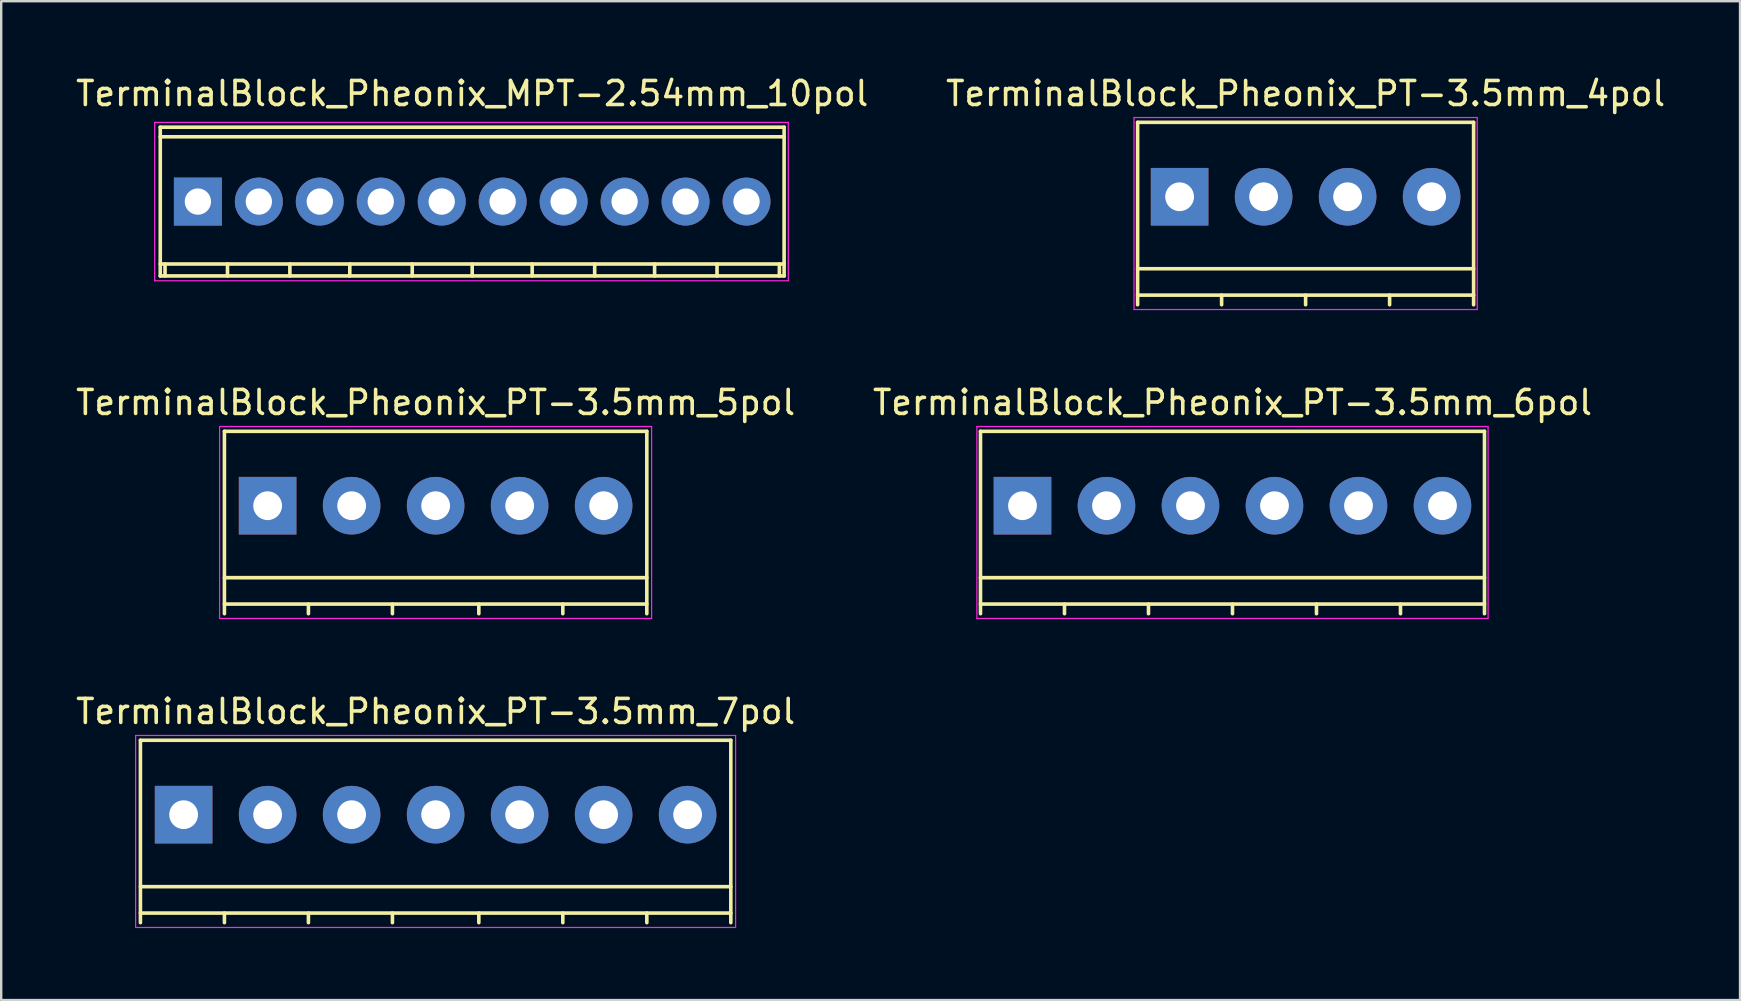
<source format=kicad_pcb>
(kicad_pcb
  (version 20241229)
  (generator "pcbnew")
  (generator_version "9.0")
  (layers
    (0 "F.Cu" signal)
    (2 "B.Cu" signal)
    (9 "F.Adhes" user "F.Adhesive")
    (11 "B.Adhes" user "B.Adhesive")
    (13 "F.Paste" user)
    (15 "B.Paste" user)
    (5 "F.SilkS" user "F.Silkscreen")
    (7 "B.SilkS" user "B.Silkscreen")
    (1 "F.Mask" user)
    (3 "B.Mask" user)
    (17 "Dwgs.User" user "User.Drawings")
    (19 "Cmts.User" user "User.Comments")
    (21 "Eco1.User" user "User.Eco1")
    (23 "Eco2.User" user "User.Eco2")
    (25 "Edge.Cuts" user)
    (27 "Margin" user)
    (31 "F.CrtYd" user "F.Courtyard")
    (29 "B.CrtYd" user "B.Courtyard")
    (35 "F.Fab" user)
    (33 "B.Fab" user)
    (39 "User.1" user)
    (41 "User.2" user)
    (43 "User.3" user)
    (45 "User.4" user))
  (footprint "TerminalBlock_Pheonix_PT-3.5mm_5pol"
    (layer "F.Cu")
    (at 8.101 18.021)
    (property "Reference" "TerminalBlock_Pheonix_PT-3.5mm_5pol" (at 7 -4.3 0) (layer "F.SilkS") (effects (font (size 1 1) (thickness 0.15))))
    (attr through_hole)
    (fp_line (start -1.8 -3.1) (end -1.8 4.5) (stroke (width 0.15) (type solid)) (layer "F.SilkS"))
    (fp_line (start -1.8 3) (end 15.8 3) (stroke (width 0.15) (type solid)) (layer "F.SilkS"))
    (fp_line (start -1.8 4.1) (end 15.8 4.1) (stroke (width 0.15) (type solid)) (layer "F.SilkS"))
    (fp_line (start 1.7 4.1) (end 1.7 4.5) (stroke (width 0.15) (type solid)) (layer "F.SilkS"))
    (fp_line (start 5.2 4.1) (end 5.2 4.5) (stroke (width 0.15) (type solid)) (layer "F.SilkS"))
    (fp_line (start 8.8 4.1) (end 8.8 4.5) (stroke (width 0.15) (type solid)) (layer "F.SilkS"))
    (fp_line (start 12.3 4.1) (end 12.3 4.5) (stroke (width 0.15) (type solid)) (layer "F.SilkS"))
    (fp_line (start 15.8 -3.1) (end -1.8 -3.1) (stroke (width 0.15) (type solid)) (layer "F.SilkS"))
    (fp_line (start 15.8 4.5) (end 15.8 -3.1) (stroke (width 0.15) (type solid)) (layer "F.SilkS"))
    (fp_line (start -2 -3.3) (end 16 -3.3) (stroke (width 0.05) (type solid)) (layer "F.CrtYd"))
    (fp_line (start -2 4.7) (end -2 -3.3) (stroke (width 0.05) (type solid)) (layer "F.CrtYd"))
    (fp_line (start 16 -3.3) (end 16 4.7) (stroke (width 0.05) (type solid)) (layer "F.CrtYd"))
    (fp_line (start 16 4.7) (end -2 4.7) (stroke (width 0.05) (type solid)) (layer "F.CrtYd"))
    (pad "1" thru_hole rect (at 0 0) (size 2.4 2.4) (drill 1.2) (layers "*.Cu" "*.Mask"))
    (pad "2" thru_hole circle (at 3.5 0) (size 2.4 2.4) (drill 1.2) (layers "*.Cu" "*.Mask"))
    (pad "3" thru_hole circle (at 7 0) (size 2.4 2.4) (drill 1.2) (layers "*.Cu" "*.Mask"))
    (pad "4" thru_hole circle (at 10.5 0) (size 2.4 2.4) (drill 1.2) (layers "*.Cu" "*.Mask"))
    (pad "5" thru_hole circle (at 14 0) (size 2.4 2.4) (drill 1.2) (layers "*.Cu" "*.Mask")))
  (footprint "TerminalBlock_Pheonix_PT-3.5mm_4pol"
    (layer "F.Cu")
    (at 46.101 5.148)
    (property "Reference" "TerminalBlock_Pheonix_PT-3.5mm_4pol" (at 5.25 -4.3 0) (layer "F.SilkS") (effects (font (size 1 1) (thickness 0.15))))
    (attr through_hole)
    (fp_line (start -1.75 -3.1) (end -1.75 4.5) (stroke (width 0.15) (type solid)) (layer "F.SilkS"))
    (fp_line (start -1.75 3) (end 12.25 3) (stroke (width 0.15) (type solid)) (layer "F.SilkS"))
    (fp_line (start -1.75 4.1) (end 12.25 4.1) (stroke (width 0.15) (type solid)) (layer "F.SilkS"))
    (fp_line (start 1.75 4.1) (end 1.75 4.5) (stroke (width 0.15) (type solid)) (layer "F.SilkS"))
    (fp_line (start 5.25 4.1) (end 5.25 4.5) (stroke (width 0.15) (type solid)) (layer "F.SilkS"))
    (fp_line (start 8.75 4.1) (end 8.75 4.5) (stroke (width 0.15) (type solid)) (layer "F.SilkS"))
    (fp_line (start 12.25 -3.1) (end -1.75 -3.1) (stroke (width 0.15) (type solid)) (layer "F.SilkS"))
    (fp_line (start 12.25 4.5) (end 12.25 -3.1) (stroke (width 0.15) (type solid)) (layer "F.SilkS"))
    (fp_line (start -1.9 -3.3) (end 12.4 -3.3) (stroke (width 0.05) (type solid)) (layer "F.CrtYd"))
    (fp_line (start -1.9 4.7) (end -1.9 -3.3) (stroke (width 0.05) (type solid)) (layer "F.CrtYd"))
    (fp_line (start 12.4 -3.3) (end 12.4 4.7) (stroke (width 0.05) (type solid)) (layer "F.CrtYd"))
    (fp_line (start 12.4 4.7) (end -1.9 4.7) (stroke (width 0.05) (type solid)) (layer "F.CrtYd"))
    (pad "1" thru_hole rect (at 0 0) (size 2.4 2.4) (drill 1.2) (layers "*.Cu" "*.Mask"))
    (pad "2" thru_hole circle (at 3.5 0) (size 2.4 2.4) (drill 1.2) (layers "*.Cu" "*.Mask"))
    (pad "3" thru_hole circle (at 7 0) (size 2.4 2.4) (drill 1.2) (layers "*.Cu" "*.Mask"))
    (pad "4" thru_hole circle (at 10.5 0) (size 2.4 2.4) (drill 1.2) (layers "*.Cu" "*.Mask")))
  (footprint "TerminalBlock_Pheonix_PT-3.5mm_6pol"
    (layer "F.Cu")
    (at 39.554 18.021)
    (property "Reference" "TerminalBlock_Pheonix_PT-3.5mm_6pol" (at 8.75 -4.3 0) (layer "F.SilkS") (effects (font (size 1 1) (thickness 0.15))))
    (attr through_hole)
    (fp_line (start -1.75 -3.1) (end -1.75 4.5) (stroke (width 0.15) (type solid)) (layer "F.SilkS"))
    (fp_line (start -1.75 3) (end 19.25 3) (stroke (width 0.15) (type solid)) (layer "F.SilkS"))
    (fp_line (start -1.75 4.1) (end 19.25 4.1) (stroke (width 0.15) (type solid)) (layer "F.SilkS"))
    (fp_line (start 1.75 4.1) (end 1.75 4.5) (stroke (width 0.15) (type solid)) (layer "F.SilkS"))
    (fp_line (start 5.25 4.1) (end 5.25 4.5) (stroke (width 0.15) (type solid)) (layer "F.SilkS"))
    (fp_line (start 8.75 4.1) (end 8.75 4.5) (stroke (width 0.15) (type solid)) (layer "F.SilkS"))
    (fp_line (start 12.25 4.1) (end 12.25 4.5) (stroke (width 0.15) (type solid)) (layer "F.SilkS"))
    (fp_line (start 15.75 4.1) (end 15.75 4.5) (stroke (width 0.15) (type solid)) (layer "F.SilkS"))
    (fp_line (start 19.25 -3.1) (end -1.75 -3.1) (stroke (width 0.15) (type solid)) (layer "F.SilkS"))
    (fp_line (start 19.25 4.5) (end 19.25 -3.1) (stroke (width 0.15) (type solid)) (layer "F.SilkS"))
    (fp_line (start -1.9 -3.3) (end 19.4 -3.3) (stroke (width 0.05) (type solid)) (layer "F.CrtYd"))
    (fp_line (start -1.9 4.7) (end -1.9 -3.3) (stroke (width 0.05) (type solid)) (layer "F.CrtYd"))
    (fp_line (start 19.4 -3.3) (end 19.4 4.7) (stroke (width 0.05) (type solid)) (layer "F.CrtYd"))
    (fp_line (start 19.4 4.7) (end -1.9 4.7) (stroke (width 0.05) (type solid)) (layer "F.CrtYd"))
    (pad "1" thru_hole rect (at 0 0) (size 2.4 2.4) (drill 1.2) (layers "*.Cu" "*.Mask"))
    (pad "2" thru_hole circle (at 3.5 0) (size 2.4 2.4) (drill 1.2) (layers "*.Cu" "*.Mask"))
    (pad "3" thru_hole circle (at 7 0) (size 2.4 2.4) (drill 1.2) (layers "*.Cu" "*.Mask"))
    (pad "4" thru_hole circle (at 10.5 0) (size 2.4 2.4) (drill 1.2) (layers "*.Cu" "*.Mask"))
    (pad "5" thru_hole circle (at 14 0) (size 2.4 2.4) (drill 1.2) (layers "*.Cu" "*.Mask"))
    (pad "6" thru_hole circle (at 17.5 0) (size 2.4 2.4) (drill 1.2) (layers "*.Cu" "*.Mask")))
  (footprint "TerminalBlock_Pheonix_MPT-2.54mm_10pol"
    (layer "F.Cu")
    (at 5.195 5.349)
    (property "Reference" "TerminalBlock_Pheonix_MPT-2.54mm_10pol" (at 11.43 -4.501 0) (layer "F.SilkS") (effects (font (size 1 1) (thickness 0.15))))
    (attr through_hole)
    (fp_line (start -1.57 -3.099) (end 24.43 -3.099) (stroke (width 0.15) (type solid)) (layer "F.SilkS"))
    (fp_line (start -1.57 3.099) (end 24.43 3.099) (stroke (width 0.15) (type solid)) (layer "F.SilkS"))
    (fp_line (start -1.567 -3.099) (end -1.567 3.099) (stroke (width 0.15) (type solid)) (layer "F.SilkS"))
    (fp_line (start -1.369 3.099) (end -1.369 2.601) (stroke (width 0.15) (type solid)) (layer "F.SilkS"))
    (fp_line (start 1.234 3.099) (end 1.234 2.601) (stroke (width 0.15) (type solid)) (layer "F.SilkS"))
    (fp_line (start 3.833 2.601) (end 3.833 3.099) (stroke (width 0.15) (type solid)) (layer "F.SilkS"))
    (fp_line (start 6.33 2.601) (end 6.33 3.099) (stroke (width 0.15) (type solid)) (layer "F.SilkS"))
    (fp_line (start 8.931 2.601) (end 8.931 3.099) (stroke (width 0.15) (type solid)) (layer "F.SilkS"))
    (fp_line (start 11.43 2.601) (end 11.43 3.099) (stroke (width 0.15) (type solid)) (layer "F.SilkS"))
    (fp_line (start 13.929 2.601) (end 13.929 3.099) (stroke (width 0.15) (type solid)) (layer "F.SilkS"))
    (fp_line (start 16.533 2.601) (end 16.533 3.099) (stroke (width 0.15) (type solid)) (layer "F.SilkS"))
    (fp_line (start 19.03 2.601) (end 19.03 3.099) (stroke (width 0.15) (type solid)) (layer "F.SilkS"))
    (fp_line (start 21.631 2.601) (end 21.631 3.099) (stroke (width 0.15) (type solid)) (layer "F.SilkS"))
    (fp_line (start 24.229 2.601) (end 24.229 3.099) (stroke (width 0.15) (type solid)) (layer "F.SilkS"))
    (fp_line (start 24.427 3.099) (end 24.427 -3.099) (stroke (width 0.15) (type solid)) (layer "F.SilkS"))
    (fp_line (start 24.43 -2.7) (end -1.57 -2.7) (stroke (width 0.15) (type solid)) (layer "F.SilkS"))
    (fp_line (start 24.43 2.601) (end -1.57 2.601) (stroke (width 0.15) (type solid)) (layer "F.SilkS"))
    (fp_line (start -1.8 -3.3) (end 24.6 -3.3) (stroke (width 0.05) (type solid)) (layer "F.CrtYd"))
    (fp_line (start -1.8 3.3) (end -1.8 -3.3) (stroke (width 0.05) (type solid)) (layer "F.CrtYd"))
    (fp_line (start 24.6 -3.3) (end 24.6 3.3) (stroke (width 0.05) (type solid)) (layer "F.CrtYd"))
    (fp_line (start 24.6 3.3) (end -1.8 3.3) (stroke (width 0.05) (type solid)) (layer "F.CrtYd"))
    (pad "1" thru_hole rect (at 0 0 180) (size 1.999 1.999) (drill 1.097) (layers "*.Cu" "*.Mask"))
    (pad "2" thru_hole oval (at 2.54 0 180) (size 1.999 1.999) (drill 1.097) (layers "*.Cu" "*.Mask"))
    (pad "3" thru_hole oval (at 5.08 0 180) (size 1.999 1.999) (drill 1.097) (layers "*.Cu" "*.Mask"))
    (pad "4" thru_hole oval (at 7.62 0 180) (size 1.999 1.999) (drill 1.097) (layers "*.Cu" "*.Mask"))
    (pad "5" thru_hole oval (at 10.16 0 180) (size 1.999 1.999) (drill 1.097) (layers "*.Cu" "*.Mask"))
    (pad "6" thru_hole oval (at 12.7 0 180) (size 1.999 1.999) (drill 1.097) (layers "*.Cu" "*.Mask"))
    (pad "7" thru_hole oval (at 15.24 0 180) (size 1.999 1.999) (drill 1.097) (layers "*.Cu" "*.Mask"))
    (pad "8" thru_hole oval (at 17.78 0 180) (size 1.999 1.999) (drill 1.097) (layers "*.Cu" "*.Mask"))
    (pad "9" thru_hole oval (at 20.32 0 180) (size 1.999 1.999) (drill 1.097) (layers "*.Cu" "*.Mask"))
    (pad "10" thru_hole oval (at 22.86 0 180) (size 1.999 1.999) (drill 1.097) (layers "*.Cu" "*.Mask")))
  (footprint "TerminalBlock_Pheonix_PT-3.5mm_7pol"
    (layer "F.Cu")
    (at 4.601 30.895)
    (property "Reference" "TerminalBlock_Pheonix_PT-3.5mm_7pol" (at 10.5 -4.3 0) (layer "F.SilkS") (effects (font (size 1 1) (thickness 0.15))))
    (attr through_hole)
    (fp_line (start -1.8 -3.1) (end -1.8 4.5) (stroke (width 0.15) (type solid)) (layer "F.SilkS"))
    (fp_line (start -1.8 3) (end 22.8 3) (stroke (width 0.15) (type solid)) (layer "F.SilkS"))
    (fp_line (start -1.8 4.1) (end 22.8 4.1) (stroke (width 0.15) (type solid)) (layer "F.SilkS"))
    (fp_line (start 1.7 4.1) (end 1.7 4.5) (stroke (width 0.15) (type solid)) (layer "F.SilkS"))
    (fp_line (start 5.2 4.1) (end 5.2 4.5) (stroke (width 0.15) (type solid)) (layer "F.SilkS"))
    (fp_line (start 8.7 4.1) (end 8.7 4.5) (stroke (width 0.15) (type solid)) (layer "F.SilkS"))
    (fp_line (start 12.3 4.1) (end 12.3 4.5) (stroke (width 0.15) (type solid)) (layer "F.SilkS"))
    (fp_line (start 15.8 4.1) (end 15.8 4.5) (stroke (width 0.15) (type solid)) (layer "F.SilkS"))
    (fp_line (start 19.3 4.1) (end 19.3 4.5) (stroke (width 0.15) (type solid)) (layer "F.SilkS"))
    (fp_line (start 22.8 -3.1) (end -1.8 -3.1) (stroke (width 0.15) (type solid)) (layer "F.SilkS"))
    (fp_line (start 22.8 4.5) (end 22.8 -3.1) (stroke (width 0.15) (type solid)) (layer "F.SilkS"))
    (fp_line (start -2 -3.3) (end 23 -3.3) (stroke (width 0.05) (type solid)) (layer "F.CrtYd"))
    (fp_line (start -2 4.7) (end -2 -3.3) (stroke (width 0.05) (type solid)) (layer "F.CrtYd"))
    (fp_line (start 23 -3.3) (end 23 4.7) (stroke (width 0.05) (type solid)) (layer "F.CrtYd"))
    (fp_line (start 23 4.7) (end -2 4.7) (stroke (width 0.05) (type solid)) (layer "F.CrtYd"))
    (pad "1" thru_hole rect (at 0 0) (size 2.4 2.4) (drill 1.2) (layers "*.Cu" "*.Mask"))
    (pad "2" thru_hole circle (at 3.5 0) (size 2.4 2.4) (drill 1.2) (layers "*.Cu" "*.Mask"))
    (pad "3" thru_hole circle (at 7 0) (size 2.4 2.4) (drill 1.2) (layers "*.Cu" "*.Mask"))
    (pad "4" thru_hole circle (at 10.5 0) (size 2.4 2.4) (drill 1.2) (layers "*.Cu" "*.Mask"))
    (pad "5" thru_hole circle (at 14 0) (size 2.4 2.4) (drill 1.2) (layers "*.Cu" "*.Mask"))
    (pad "6" thru_hole circle (at 17.5 0) (size 2.4 2.4) (drill 1.2) (layers "*.Cu" "*.Mask"))
    (pad "7" thru_hole circle (at 21 0) (size 2.4 2.4) (drill 1.2) (layers "*.Cu" "*.Mask")))
  (gr_rect
    (start -3 -3)
    (end 69.452 38.62)
    (stroke (width 0.1) (type default))
    (fill no)
    (layer "Edge.Cuts")))
</source>
